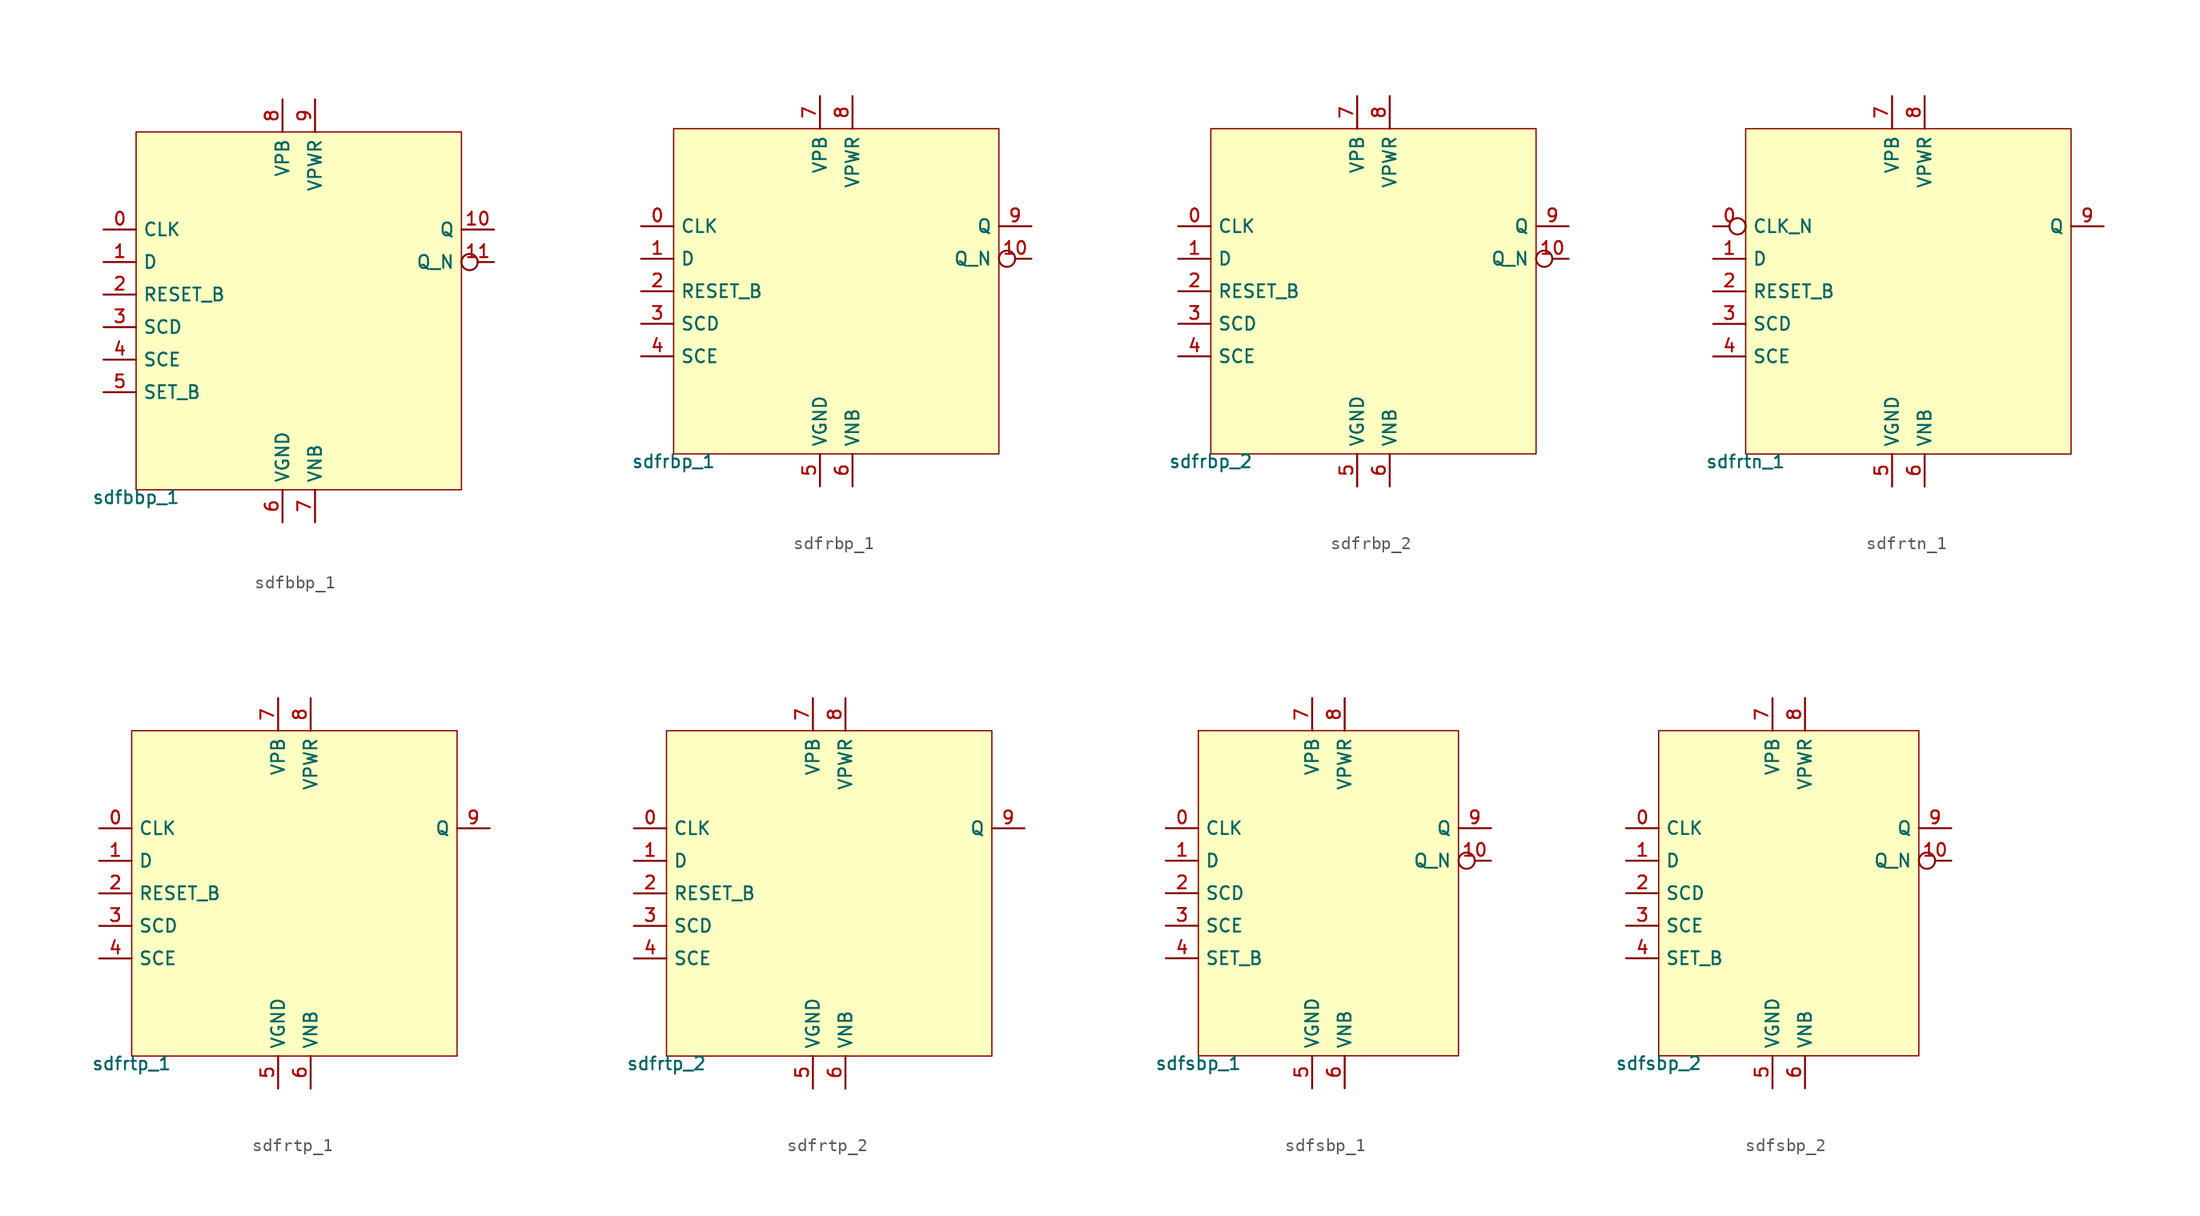
<source format=kicad_sym>
(kicad_symbol_lib
  (version 20211014)
  (generator lef2kicad_sym)
  (symbol "sdfbbp_1"
    (property "Reference" "CELL"
      (at 0 0 0)
      (effects (font (size 1 1)) hide))
    (property "Value" "sdfbbp_1"
      (at -12.7 -13.97 0)
      (effects (font (size 1 1)) (justify top)))
    (rectangle
      (start -12.7 -13.97)
      (end 12.7 13.97)
      (stroke (width 0.1) (type solid) (color 0 0 0 0))
      (fill (type background)))
    (pin input line
      (at -15.24 6.35 0)
      (length 2.54)
      (name "CLK" (effects (font (size 1 1)) hide))
      (number "0" (effects (font (size 1 1)) hide)))
    (pin input line
      (at -15.24 3.81 0)
      (length 2.54)
      (name "D" (effects (font (size 1 1)) hide))
      (number "1" (effects (font (size 1 1)) hide)))
    (pin input line
      (at -15.24 1.27 0)
      (length 2.54)
      (name "RESET_B" (effects (font (size 1 1)) hide))
      (number "2" (effects (font (size 1 1)) hide)))
    (pin input line
      (at -15.24 -1.27 0)
      (length 2.54)
      (name "SCD" (effects (font (size 1 1)) hide))
      (number "3" (effects (font (size 1 1)) hide)))
    (pin input line
      (at -15.24 -3.81 0)
      (length 2.54)
      (name "SCE" (effects (font (size 1 1)) hide))
      (number "4" (effects (font (size 1 1)) hide)))
    (pin input line
      (at -15.24 -6.35 0)
      (length 2.54)
      (name "SET_B" (effects (font (size 1 1)) hide))
      (number "5" (effects (font (size 1 1)) hide)))
    (pin power_in line
      (at -1.27 -16.51 90)
      (length 2.54)
      (name "VGND" (effects (font (size 1 1)) hide))
      (number "6" (effects (font (size 1 1)) hide)))
    (pin power_in line
      (at 1.27 -16.51 90)
      (length 2.54)
      (name "VNB" (effects (font (size 1 1)) hide))
      (number "7" (effects (font (size 1 1)) hide)))
    (pin power_in line
      (at -1.27 16.51 270)
      (length 2.54)
      (name "VPB" (effects (font (size 1 1)) hide))
      (number "8" (effects (font (size 1 1)) hide)))
    (pin power_in line
      (at 1.27 16.51 270)
      (length 2.54)
      (name "VPWR" (effects (font (size 1 1)) hide))
      (number "9" (effects (font (size 1 1)) hide)))
    (pin output line
      (at 15.24 6.35 180)
      (length 2.54)
      (name "Q" (effects (font (size 1 1)) hide))
      (number "10" (effects (font (size 1 1)) hide)))
    (pin output inverted
      (at 15.24 3.81 180)
      (length 2.54)
      (name "Q_N" (effects (font (size 1 1)) hide))
      (number "11" (effects (font (size 1 1)) hide))))
  (symbol "sdfrbp_1"
    (property "Reference" "CELL"
      (at 0 0 0)
      (effects (font (size 1 1)) hide))
    (property "Value" "sdfrbp_1"
      (at -12.7 -12.7 0)
      (effects (font (size 1 1)) (justify top)))
    (rectangle
      (start -12.7 -12.7)
      (end 12.7 12.7)
      (stroke (width 0.1) (type solid) (color 0 0 0 0))
      (fill (type background)))
    (pin input line
      (at -15.24 5.08 0)
      (length 2.54)
      (name "CLK" (effects (font (size 1 1)) hide))
      (number "0" (effects (font (size 1 1)) hide)))
    (pin input line
      (at -15.24 2.54 0)
      (length 2.54)
      (name "D" (effects (font (size 1 1)) hide))
      (number "1" (effects (font (size 1 1)) hide)))
    (pin input line
      (at -15.24 -8.881784197001252e-16 0)
      (length 2.54)
      (name "RESET_B" (effects (font (size 1 1)) hide))
      (number "2" (effects (font (size 1 1)) hide)))
    (pin input line
      (at -15.24 -2.54 0)
      (length 2.54)
      (name "SCD" (effects (font (size 1 1)) hide))
      (number "3" (effects (font (size 1 1)) hide)))
    (pin input line
      (at -15.24 -5.08 0)
      (length 2.54)
      (name "SCE" (effects (font (size 1 1)) hide))
      (number "4" (effects (font (size 1 1)) hide)))
    (pin power_in line
      (at -1.27 -15.24 90)
      (length 2.54)
      (name "VGND" (effects (font (size 1 1)) hide))
      (number "5" (effects (font (size 1 1)) hide)))
    (pin power_in line
      (at 1.27 -15.24 90)
      (length 2.54)
      (name "VNB" (effects (font (size 1 1)) hide))
      (number "6" (effects (font (size 1 1)) hide)))
    (pin power_in line
      (at -1.27 15.24 270)
      (length 2.54)
      (name "VPB" (effects (font (size 1 1)) hide))
      (number "7" (effects (font (size 1 1)) hide)))
    (pin power_in line
      (at 1.27 15.24 270)
      (length 2.54)
      (name "VPWR" (effects (font (size 1 1)) hide))
      (number "8" (effects (font (size 1 1)) hide)))
    (pin output line
      (at 15.24 5.08 180)
      (length 2.54)
      (name "Q" (effects (font (size 1 1)) hide))
      (number "9" (effects (font (size 1 1)) hide)))
    (pin output inverted
      (at 15.24 2.54 180)
      (length 2.54)
      (name "Q_N" (effects (font (size 1 1)) hide))
      (number "10" (effects (font (size 1 1)) hide))))
  (symbol "sdfrbp_2"
    (property "Reference" "CELL"
      (at 0 0 0)
      (effects (font (size 1 1)) hide))
    (property "Value" "sdfrbp_2"
      (at -12.7 -12.7 0)
      (effects (font (size 1 1)) (justify top)))
    (rectangle
      (start -12.7 -12.7)
      (end 12.7 12.7)
      (stroke (width 0.1) (type solid) (color 0 0 0 0))
      (fill (type background)))
    (pin input line
      (at -15.24 5.08 0)
      (length 2.54)
      (name "CLK" (effects (font (size 1 1)) hide))
      (number "0" (effects (font (size 1 1)) hide)))
    (pin input line
      (at -15.24 2.54 0)
      (length 2.54)
      (name "D" (effects (font (size 1 1)) hide))
      (number "1" (effects (font (size 1 1)) hide)))
    (pin input line
      (at -15.24 -8.881784197001252e-16 0)
      (length 2.54)
      (name "RESET_B" (effects (font (size 1 1)) hide))
      (number "2" (effects (font (size 1 1)) hide)))
    (pin input line
      (at -15.24 -2.54 0)
      (length 2.54)
      (name "SCD" (effects (font (size 1 1)) hide))
      (number "3" (effects (font (size 1 1)) hide)))
    (pin input line
      (at -15.24 -5.08 0)
      (length 2.54)
      (name "SCE" (effects (font (size 1 1)) hide))
      (number "4" (effects (font (size 1 1)) hide)))
    (pin power_in line
      (at -1.27 -15.24 90)
      (length 2.54)
      (name "VGND" (effects (font (size 1 1)) hide))
      (number "5" (effects (font (size 1 1)) hide)))
    (pin power_in line
      (at 1.27 -15.24 90)
      (length 2.54)
      (name "VNB" (effects (font (size 1 1)) hide))
      (number "6" (effects (font (size 1 1)) hide)))
    (pin power_in line
      (at -1.27 15.24 270)
      (length 2.54)
      (name "VPB" (effects (font (size 1 1)) hide))
      (number "7" (effects (font (size 1 1)) hide)))
    (pin power_in line
      (at 1.27 15.24 270)
      (length 2.54)
      (name "VPWR" (effects (font (size 1 1)) hide))
      (number "8" (effects (font (size 1 1)) hide)))
    (pin output line
      (at 15.24 5.08 180)
      (length 2.54)
      (name "Q" (effects (font (size 1 1)) hide))
      (number "9" (effects (font (size 1 1)) hide)))
    (pin output inverted
      (at 15.24 2.54 180)
      (length 2.54)
      (name "Q_N" (effects (font (size 1 1)) hide))
      (number "10" (effects (font (size 1 1)) hide))))
  (symbol "sdfrtn_1"
    (property "Reference" "CELL"
      (at 0 0 0)
      (effects (font (size 1 1)) hide))
    (property "Value" "sdfrtn_1"
      (at -12.7 -12.7 0)
      (effects (font (size 1 1)) (justify top)))
    (rectangle
      (start -12.7 -12.7)
      (end 12.7 12.7)
      (stroke (width 0.1) (type solid) (color 0 0 0 0))
      (fill (type background)))
    (pin input inverted
      (at -15.24 5.08 0)
      (length 2.54)
      (name "CLK_N" (effects (font (size 1 1)) hide))
      (number "0" (effects (font (size 1 1)) hide)))
    (pin input line
      (at -15.24 2.54 0)
      (length 2.54)
      (name "D" (effects (font (size 1 1)) hide))
      (number "1" (effects (font (size 1 1)) hide)))
    (pin input line
      (at -15.24 -8.881784197001252e-16 0)
      (length 2.54)
      (name "RESET_B" (effects (font (size 1 1)) hide))
      (number "2" (effects (font (size 1 1)) hide)))
    (pin input line
      (at -15.24 -2.54 0)
      (length 2.54)
      (name "SCD" (effects (font (size 1 1)) hide))
      (number "3" (effects (font (size 1 1)) hide)))
    (pin input line
      (at -15.24 -5.08 0)
      (length 2.54)
      (name "SCE" (effects (font (size 1 1)) hide))
      (number "4" (effects (font (size 1 1)) hide)))
    (pin power_in line
      (at -1.27 -15.24 90)
      (length 2.54)
      (name "VGND" (effects (font (size 1 1)) hide))
      (number "5" (effects (font (size 1 1)) hide)))
    (pin power_in line
      (at 1.27 -15.24 90)
      (length 2.54)
      (name "VNB" (effects (font (size 1 1)) hide))
      (number "6" (effects (font (size 1 1)) hide)))
    (pin power_in line
      (at -1.27 15.24 270)
      (length 2.54)
      (name "VPB" (effects (font (size 1 1)) hide))
      (number "7" (effects (font (size 1 1)) hide)))
    (pin power_in line
      (at 1.27 15.24 270)
      (length 2.54)
      (name "VPWR" (effects (font (size 1 1)) hide))
      (number "8" (effects (font (size 1 1)) hide)))
    (pin output line
      (at 15.24 5.08 180)
      (length 2.54)
      (name "Q" (effects (font (size 1 1)) hide))
      (number "9" (effects (font (size 1 1)) hide))))
  (symbol "sdfrtp_1"
    (property "Reference" "CELL"
      (at 0 0 0)
      (effects (font (size 1 1)) hide))
    (property "Value" "sdfrtp_1"
      (at -12.7 -12.7 0)
      (effects (font (size 1 1)) (justify top)))
    (rectangle
      (start -12.7 -12.7)
      (end 12.7 12.7)
      (stroke (width 0.1) (type solid) (color 0 0 0 0))
      (fill (type background)))
    (pin input line
      (at -15.24 5.08 0)
      (length 2.54)
      (name "CLK" (effects (font (size 1 1)) hide))
      (number "0" (effects (font (size 1 1)) hide)))
    (pin input line
      (at -15.24 2.54 0)
      (length 2.54)
      (name "D" (effects (font (size 1 1)) hide))
      (number "1" (effects (font (size 1 1)) hide)))
    (pin input line
      (at -15.24 -8.881784197001252e-16 0)
      (length 2.54)
      (name "RESET_B" (effects (font (size 1 1)) hide))
      (number "2" (effects (font (size 1 1)) hide)))
    (pin input line
      (at -15.24 -2.54 0)
      (length 2.54)
      (name "SCD" (effects (font (size 1 1)) hide))
      (number "3" (effects (font (size 1 1)) hide)))
    (pin input line
      (at -15.24 -5.08 0)
      (length 2.54)
      (name "SCE" (effects (font (size 1 1)) hide))
      (number "4" (effects (font (size 1 1)) hide)))
    (pin power_in line
      (at -1.27 -15.24 90)
      (length 2.54)
      (name "VGND" (effects (font (size 1 1)) hide))
      (number "5" (effects (font (size 1 1)) hide)))
    (pin power_in line
      (at 1.27 -15.24 90)
      (length 2.54)
      (name "VNB" (effects (font (size 1 1)) hide))
      (number "6" (effects (font (size 1 1)) hide)))
    (pin power_in line
      (at -1.27 15.24 270)
      (length 2.54)
      (name "VPB" (effects (font (size 1 1)) hide))
      (number "7" (effects (font (size 1 1)) hide)))
    (pin power_in line
      (at 1.27 15.24 270)
      (length 2.54)
      (name "VPWR" (effects (font (size 1 1)) hide))
      (number "8" (effects (font (size 1 1)) hide)))
    (pin output line
      (at 15.24 5.08 180)
      (length 2.54)
      (name "Q" (effects (font (size 1 1)) hide))
      (number "9" (effects (font (size 1 1)) hide))))
  (symbol "sdfrtp_2"
    (property "Reference" "CELL"
      (at 0 0 0)
      (effects (font (size 1 1)) hide))
    (property "Value" "sdfrtp_2"
      (at -12.7 -12.7 0)
      (effects (font (size 1 1)) (justify top)))
    (rectangle
      (start -12.7 -12.7)
      (end 12.7 12.7)
      (stroke (width 0.1) (type solid) (color 0 0 0 0))
      (fill (type background)))
    (pin input line
      (at -15.24 5.08 0)
      (length 2.54)
      (name "CLK" (effects (font (size 1 1)) hide))
      (number "0" (effects (font (size 1 1)) hide)))
    (pin input line
      (at -15.24 2.54 0)
      (length 2.54)
      (name "D" (effects (font (size 1 1)) hide))
      (number "1" (effects (font (size 1 1)) hide)))
    (pin input line
      (at -15.24 -8.881784197001252e-16 0)
      (length 2.54)
      (name "RESET_B" (effects (font (size 1 1)) hide))
      (number "2" (effects (font (size 1 1)) hide)))
    (pin input line
      (at -15.24 -2.54 0)
      (length 2.54)
      (name "SCD" (effects (font (size 1 1)) hide))
      (number "3" (effects (font (size 1 1)) hide)))
    (pin input line
      (at -15.24 -5.08 0)
      (length 2.54)
      (name "SCE" (effects (font (size 1 1)) hide))
      (number "4" (effects (font (size 1 1)) hide)))
    (pin power_in line
      (at -1.27 -15.24 90)
      (length 2.54)
      (name "VGND" (effects (font (size 1 1)) hide))
      (number "5" (effects (font (size 1 1)) hide)))
    (pin power_in line
      (at 1.27 -15.24 90)
      (length 2.54)
      (name "VNB" (effects (font (size 1 1)) hide))
      (number "6" (effects (font (size 1 1)) hide)))
    (pin power_in line
      (at -1.27 15.24 270)
      (length 2.54)
      (name "VPB" (effects (font (size 1 1)) hide))
      (number "7" (effects (font (size 1 1)) hide)))
    (pin power_in line
      (at 1.27 15.24 270)
      (length 2.54)
      (name "VPWR" (effects (font (size 1 1)) hide))
      (number "8" (effects (font (size 1 1)) hide)))
    (pin output line
      (at 15.24 5.08 180)
      (length 2.54)
      (name "Q" (effects (font (size 1 1)) hide))
      (number "9" (effects (font (size 1 1)) hide))))
  (symbol "sdfsbp_1"
    (property "Reference" "CELL"
      (at 0 0 0)
      (effects (font (size 1 1)) hide))
    (property "Value" "sdfsbp_1"
      (at -10.16 -12.7 0)
      (effects (font (size 1 1)) (justify top)))
    (rectangle
      (start -10.16 -12.7)
      (end 10.16 12.7)
      (stroke (width 0.1) (type solid) (color 0 0 0 0))
      (fill (type background)))
    (pin input line
      (at -12.7 5.08 0)
      (length 2.54)
      (name "CLK" (effects (font (size 1 1)) hide))
      (number "0" (effects (font (size 1 1)) hide)))
    (pin input line
      (at -12.7 2.54 0)
      (length 2.54)
      (name "D" (effects (font (size 1 1)) hide))
      (number "1" (effects (font (size 1 1)) hide)))
    (pin input line
      (at -12.7 -8.881784197001252e-16 0)
      (length 2.54)
      (name "SCD" (effects (font (size 1 1)) hide))
      (number "2" (effects (font (size 1 1)) hide)))
    (pin input line
      (at -12.7 -2.54 0)
      (length 2.54)
      (name "SCE" (effects (font (size 1 1)) hide))
      (number "3" (effects (font (size 1 1)) hide)))
    (pin input line
      (at -12.7 -5.08 0)
      (length 2.54)
      (name "SET_B" (effects (font (size 1 1)) hide))
      (number "4" (effects (font (size 1 1)) hide)))
    (pin power_in line
      (at -1.27 -15.24 90)
      (length 2.54)
      (name "VGND" (effects (font (size 1 1)) hide))
      (number "5" (effects (font (size 1 1)) hide)))
    (pin power_in line
      (at 1.27 -15.24 90)
      (length 2.54)
      (name "VNB" (effects (font (size 1 1)) hide))
      (number "6" (effects (font (size 1 1)) hide)))
    (pin power_in line
      (at -1.27 15.24 270)
      (length 2.54)
      (name "VPB" (effects (font (size 1 1)) hide))
      (number "7" (effects (font (size 1 1)) hide)))
    (pin power_in line
      (at 1.27 15.24 270)
      (length 2.54)
      (name "VPWR" (effects (font (size 1 1)) hide))
      (number "8" (effects (font (size 1 1)) hide)))
    (pin output line
      (at 12.7 5.08 180)
      (length 2.54)
      (name "Q" (effects (font (size 1 1)) hide))
      (number "9" (effects (font (size 1 1)) hide)))
    (pin output inverted
      (at 12.7 2.54 180)
      (length 2.54)
      (name "Q_N" (effects (font (size 1 1)) hide))
      (number "10" (effects (font (size 1 1)) hide))))
  (symbol "sdfsbp_2"
    (property "Reference" "CELL"
      (at 0 0 0)
      (effects (font (size 1 1)) hide))
    (property "Value" "sdfsbp_2"
      (at -10.16 -12.7 0)
      (effects (font (size 1 1)) (justify top)))
    (rectangle
      (start -10.16 -12.7)
      (end 10.16 12.7)
      (stroke (width 0.1) (type solid) (color 0 0 0 0))
      (fill (type background)))
    (pin input line
      (at -12.7 5.08 0)
      (length 2.54)
      (name "CLK" (effects (font (size 1 1)) hide))
      (number "0" (effects (font (size 1 1)) hide)))
    (pin input line
      (at -12.7 2.54 0)
      (length 2.54)
      (name "D" (effects (font (size 1 1)) hide))
      (number "1" (effects (font (size 1 1)) hide)))
    (pin input line
      (at -12.7 -8.881784197001252e-16 0)
      (length 2.54)
      (name "SCD" (effects (font (size 1 1)) hide))
      (number "2" (effects (font (size 1 1)) hide)))
    (pin input line
      (at -12.7 -2.54 0)
      (length 2.54)
      (name "SCE" (effects (font (size 1 1)) hide))
      (number "3" (effects (font (size 1 1)) hide)))
    (pin input line
      (at -12.7 -5.08 0)
      (length 2.54)
      (name "SET_B" (effects (font (size 1 1)) hide))
      (number "4" (effects (font (size 1 1)) hide)))
    (pin power_in line
      (at -1.27 -15.24 90)
      (length 2.54)
      (name "VGND" (effects (font (size 1 1)) hide))
      (number "5" (effects (font (size 1 1)) hide)))
    (pin power_in line
      (at 1.27 -15.24 90)
      (length 2.54)
      (name "VNB" (effects (font (size 1 1)) hide))
      (number "6" (effects (font (size 1 1)) hide)))
    (pin power_in line
      (at -1.27 15.24 270)
      (length 2.54)
      (name "VPB" (effects (font (size 1 1)) hide))
      (number "7" (effects (font (size 1 1)) hide)))
    (pin power_in line
      (at 1.27 15.24 270)
      (length 2.54)
      (name "VPWR" (effects (font (size 1 1)) hide))
      (number "8" (effects (font (size 1 1)) hide)))
    (pin output line
      (at 12.7 5.08 180)
      (length 2.54)
      (name "Q" (effects (font (size 1 1)) hide))
      (number "9" (effects (font (size 1 1)) hide)))
    (pin output inverted
      (at 12.7 2.54 180)
      (length 2.54)
      (name "Q_N" (effects (font (size 1 1)) hide))
      (number "10" (effects (font (size 1 1)) hide)))))
</source>
